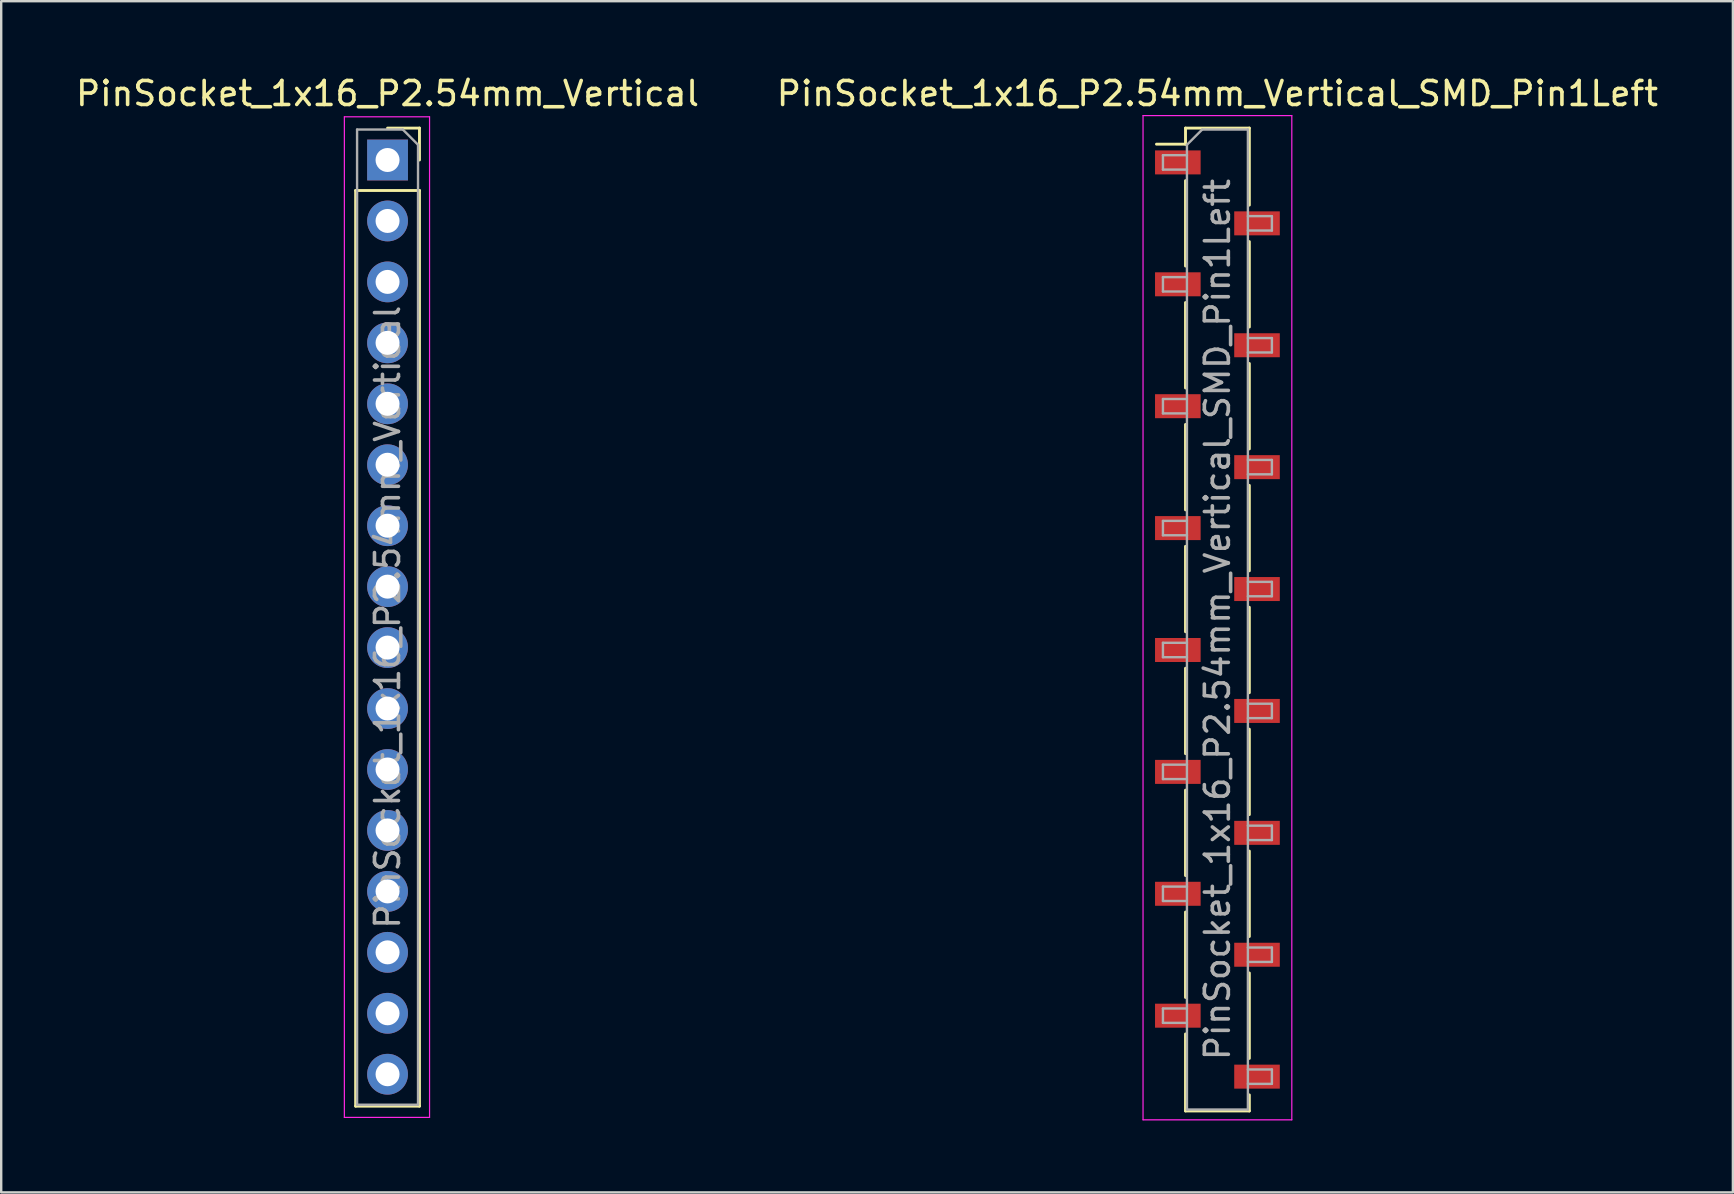
<source format=kicad_pcb>
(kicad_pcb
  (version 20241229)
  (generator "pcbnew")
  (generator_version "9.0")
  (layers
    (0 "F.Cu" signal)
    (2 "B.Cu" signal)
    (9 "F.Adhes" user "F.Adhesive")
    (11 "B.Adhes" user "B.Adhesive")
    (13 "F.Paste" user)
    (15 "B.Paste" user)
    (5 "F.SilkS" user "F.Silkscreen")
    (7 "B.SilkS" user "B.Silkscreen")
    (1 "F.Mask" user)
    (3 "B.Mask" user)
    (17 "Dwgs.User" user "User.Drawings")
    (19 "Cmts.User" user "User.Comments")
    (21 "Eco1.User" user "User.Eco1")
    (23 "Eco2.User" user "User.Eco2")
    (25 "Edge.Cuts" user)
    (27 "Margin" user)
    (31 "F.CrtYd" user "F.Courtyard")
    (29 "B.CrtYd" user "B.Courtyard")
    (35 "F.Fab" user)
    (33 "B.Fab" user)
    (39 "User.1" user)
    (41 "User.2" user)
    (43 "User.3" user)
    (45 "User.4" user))
  (footprint "PinSocket_1x16_P2.54mm_Vertical_SMD_Pin1Left"
    (layer "F.Cu")
    (at 47.685 22.768)
    (property "Reference" "PinSocket_1x16_P2.54mm_Vertical_SMD_Pin1Left" (at 0 -21.92 0) (layer "F.SilkS") (effects (font (size 1 1) (thickness 0.15))))
    (attr smd)
    (fp_line (start -2.54 -19.81) (end -1.33 -19.81) (stroke (width 0.12) (type solid)) (layer "F.SilkS"))
    (fp_line (start -1.33 -20.48) (end -1.33 -19.81) (stroke (width 0.12) (type solid)) (layer "F.SilkS"))
    (fp_line (start -1.33 -20.48) (end 1.33 -20.48) (stroke (width 0.12) (type solid)) (layer "F.SilkS"))
    (fp_line (start -1.33 -18.29) (end -1.33 -14.73) (stroke (width 0.12) (type solid)) (layer "F.SilkS"))
    (fp_line (start -1.33 -13.21) (end -1.33 -9.65) (stroke (width 0.12) (type solid)) (layer "F.SilkS"))
    (fp_line (start -1.33 -8.13) (end -1.33 -4.57) (stroke (width 0.12) (type solid)) (layer "F.SilkS"))
    (fp_line (start -1.33 -3.05) (end -1.33 0.51) (stroke (width 0.12) (type solid)) (layer "F.SilkS"))
    (fp_line (start -1.33 2.03) (end -1.33 5.59) (stroke (width 0.12) (type solid)) (layer "F.SilkS"))
    (fp_line (start -1.33 7.11) (end -1.33 10.67) (stroke (width 0.12) (type solid)) (layer "F.SilkS"))
    (fp_line (start -1.33 12.19) (end -1.33 15.75) (stroke (width 0.12) (type solid)) (layer "F.SilkS"))
    (fp_line (start -1.33 17.27) (end -1.33 20.48) (stroke (width 0.12) (type solid)) (layer "F.SilkS"))
    (fp_line (start -1.33 20.48) (end 1.33 20.48) (stroke (width 0.12) (type solid)) (layer "F.SilkS"))
    (fp_line (start 1.33 -20.48) (end 1.33 -17.27) (stroke (width 0.12) (type solid)) (layer "F.SilkS"))
    (fp_line (start 1.33 -15.75) (end 1.33 -12.19) (stroke (width 0.12) (type solid)) (layer "F.SilkS"))
    (fp_line (start 1.33 -10.67) (end 1.33 -7.11) (stroke (width 0.12) (type solid)) (layer "F.SilkS"))
    (fp_line (start 1.33 -5.59) (end 1.33 -2.03) (stroke (width 0.12) (type solid)) (layer "F.SilkS"))
    (fp_line (start 1.33 -0.51) (end 1.33 3.05) (stroke (width 0.12) (type solid)) (layer "F.SilkS"))
    (fp_line (start 1.33 4.57) (end 1.33 8.13) (stroke (width 0.12) (type solid)) (layer "F.SilkS"))
    (fp_line (start 1.33 9.65) (end 1.33 13.21) (stroke (width 0.12) (type solid)) (layer "F.SilkS"))
    (fp_line (start 1.33 14.73) (end 1.33 18.29) (stroke (width 0.12) (type solid)) (layer "F.SilkS"))
    (fp_line (start 1.33 19.81) (end 1.33 20.48) (stroke (width 0.12) (type solid)) (layer "F.SilkS"))
    (fp_line (start -3.1 -21) (end 3.1 -21) (stroke (width 0.05) (type solid)) (layer "F.CrtYd"))
    (fp_line (start -3.1 20.85) (end -3.1 -21) (stroke (width 0.05) (type solid)) (layer "F.CrtYd"))
    (fp_line (start 3.1 -21) (end 3.1 20.85) (stroke (width 0.05) (type solid)) (layer "F.CrtYd"))
    (fp_line (start 3.1 20.85) (end -3.1 20.85) (stroke (width 0.05) (type solid)) (layer "F.CrtYd"))
    (fp_line (start -2.27 -19.35) (end -1.27 -19.35) (stroke (width 0.1) (type solid)) (layer "F.Fab"))
    (fp_line (start -2.27 -18.75) (end -2.27 -19.35) (stroke (width 0.1) (type solid)) (layer "F.Fab"))
    (fp_line (start -2.27 -14.27) (end -1.27 -14.27) (stroke (width 0.1) (type solid)) (layer "F.Fab"))
    (fp_line (start -2.27 -13.67) (end -2.27 -14.27) (stroke (width 0.1) (type solid)) (layer "F.Fab"))
    (fp_line (start -2.27 -9.19) (end -1.27 -9.19) (stroke (width 0.1) (type solid)) (layer "F.Fab"))
    (fp_line (start -2.27 -8.59) (end -2.27 -9.19) (stroke (width 0.1) (type solid)) (layer "F.Fab"))
    (fp_line (start -2.27 -4.11) (end -1.27 -4.11) (stroke (width 0.1) (type solid)) (layer "F.Fab"))
    (fp_line (start -2.27 -3.51) (end -2.27 -4.11) (stroke (width 0.1) (type solid)) (layer "F.Fab"))
    (fp_line (start -2.27 0.97) (end -1.27 0.97) (stroke (width 0.1) (type solid)) (layer "F.Fab"))
    (fp_line (start -2.27 1.57) (end -2.27 0.97) (stroke (width 0.1) (type solid)) (layer "F.Fab"))
    (fp_line (start -2.27 6.05) (end -1.27 6.05) (stroke (width 0.1) (type solid)) (layer "F.Fab"))
    (fp_line (start -2.27 6.65) (end -2.27 6.05) (stroke (width 0.1) (type solid)) (layer "F.Fab"))
    (fp_line (start -2.27 11.13) (end -1.27 11.13) (stroke (width 0.1) (type solid)) (layer "F.Fab"))
    (fp_line (start -2.27 11.73) (end -2.27 11.13) (stroke (width 0.1) (type solid)) (layer "F.Fab"))
    (fp_line (start -2.27 16.21) (end -1.27 16.21) (stroke (width 0.1) (type solid)) (layer "F.Fab"))
    (fp_line (start -2.27 16.81) (end -2.27 16.21) (stroke (width 0.1) (type solid)) (layer "F.Fab"))
    (fp_line (start -1.27 -19.785) (end -0.635 -20.42) (stroke (width 0.1) (type solid)) (layer "F.Fab"))
    (fp_line (start -1.27 -18.75) (end -2.27 -18.75) (stroke (width 0.1) (type solid)) (layer "F.Fab"))
    (fp_line (start -1.27 -13.67) (end -2.27 -13.67) (stroke (width 0.1) (type solid)) (layer "F.Fab"))
    (fp_line (start -1.27 -8.59) (end -2.27 -8.59) (stroke (width 0.1) (type solid)) (layer "F.Fab"))
    (fp_line (start -1.27 -3.51) (end -2.27 -3.51) (stroke (width 0.1) (type solid)) (layer "F.Fab"))
    (fp_line (start -1.27 1.57) (end -2.27 1.57) (stroke (width 0.1) (type solid)) (layer "F.Fab"))
    (fp_line (start -1.27 6.65) (end -2.27 6.65) (stroke (width 0.1) (type solid)) (layer "F.Fab"))
    (fp_line (start -1.27 11.73) (end -2.27 11.73) (stroke (width 0.1) (type solid)) (layer "F.Fab"))
    (fp_line (start -1.27 16.81) (end -2.27 16.81) (stroke (width 0.1) (type solid)) (layer "F.Fab"))
    (fp_line (start -1.27 20.42) (end -1.27 -19.785) (stroke (width 0.1) (type solid)) (layer "F.Fab"))
    (fp_line (start -0.635 -20.42) (end 1.27 -20.42) (stroke (width 0.1) (type solid)) (layer "F.Fab"))
    (fp_line (start 1.27 -20.42) (end 1.27 20.42) (stroke (width 0.1) (type solid)) (layer "F.Fab"))
    (fp_line (start 1.27 -16.81) (end 2.27 -16.81) (stroke (width 0.1) (type solid)) (layer "F.Fab"))
    (fp_line (start 1.27 -11.73) (end 2.27 -11.73) (stroke (width 0.1) (type solid)) (layer "F.Fab"))
    (fp_line (start 1.27 -6.65) (end 2.27 -6.65) (stroke (width 0.1) (type solid)) (layer "F.Fab"))
    (fp_line (start 1.27 -1.57) (end 2.27 -1.57) (stroke (width 0.1) (type solid)) (layer "F.Fab"))
    (fp_line (start 1.27 3.51) (end 2.27 3.51) (stroke (width 0.1) (type solid)) (layer "F.Fab"))
    (fp_line (start 1.27 8.59) (end 2.27 8.59) (stroke (width 0.1) (type solid)) (layer "F.Fab"))
    (fp_line (start 1.27 13.67) (end 2.27 13.67) (stroke (width 0.1) (type solid)) (layer "F.Fab"))
    (fp_line (start 1.27 18.75) (end 2.27 18.75) (stroke (width 0.1) (type solid)) (layer "F.Fab"))
    (fp_line (start 1.27 20.42) (end -1.27 20.42) (stroke (width 0.1) (type solid)) (layer "F.Fab"))
    (fp_line (start 2.27 -16.81) (end 2.27 -16.21) (stroke (width 0.1) (type solid)) (layer "F.Fab"))
    (fp_line (start 2.27 -16.21) (end 1.27 -16.21) (stroke (width 0.1) (type solid)) (layer "F.Fab"))
    (fp_line (start 2.27 -11.73) (end 2.27 -11.13) (stroke (width 0.1) (type solid)) (layer "F.Fab"))
    (fp_line (start 2.27 -11.13) (end 1.27 -11.13) (stroke (width 0.1) (type solid)) (layer "F.Fab"))
    (fp_line (start 2.27 -6.65) (end 2.27 -6.05) (stroke (width 0.1) (type solid)) (layer "F.Fab"))
    (fp_line (start 2.27 -6.05) (end 1.27 -6.05) (stroke (width 0.1) (type solid)) (layer "F.Fab"))
    (fp_line (start 2.27 -1.57) (end 2.27 -0.97) (stroke (width 0.1) (type solid)) (layer "F.Fab"))
    (fp_line (start 2.27 -0.97) (end 1.27 -0.97) (stroke (width 0.1) (type solid)) (layer "F.Fab"))
    (fp_line (start 2.27 3.51) (end 2.27 4.11) (stroke (width 0.1) (type solid)) (layer "F.Fab"))
    (fp_line (start 2.27 4.11) (end 1.27 4.11) (stroke (width 0.1) (type solid)) (layer "F.Fab"))
    (fp_line (start 2.27 8.59) (end 2.27 9.19) (stroke (width 0.1) (type solid)) (layer "F.Fab"))
    (fp_line (start 2.27 9.19) (end 1.27 9.19) (stroke (width 0.1) (type solid)) (layer "F.Fab"))
    (fp_line (start 2.27 13.67) (end 2.27 14.27) (stroke (width 0.1) (type solid)) (layer "F.Fab"))
    (fp_line (start 2.27 14.27) (end 1.27 14.27) (stroke (width 0.1) (type solid)) (layer "F.Fab"))
    (fp_line (start 2.27 18.75) (end 2.27 19.35) (stroke (width 0.1) (type solid)) (layer "F.Fab"))
    (fp_line (start 2.27 19.35) (end 1.27 19.35) (stroke (width 0.1) (type solid)) (layer "F.Fab"))
    (fp_text user "${REFERENCE}" (at 0 0 90) (layer "F.Fab") (effects (font (size 1 1) (thickness 0.15))))
    (pad "1" smd rect (at -1.65 -19.05) (size 1.9 1) (layers "F.Cu" "F.Mask" "F.Paste"))
    (pad "2" smd rect (at 1.65 -16.51) (size 1.9 1) (layers "F.Cu" "F.Mask" "F.Paste"))
    (pad "3" smd rect (at -1.65 -13.97) (size 1.9 1) (layers "F.Cu" "F.Mask" "F.Paste"))
    (pad "4" smd rect (at 1.65 -11.43) (size 1.9 1) (layers "F.Cu" "F.Mask" "F.Paste"))
    (pad "5" smd rect (at -1.65 -8.89) (size 1.9 1) (layers "F.Cu" "F.Mask" "F.Paste"))
    (pad "6" smd rect (at 1.65 -6.35) (size 1.9 1) (layers "F.Cu" "F.Mask" "F.Paste"))
    (pad "7" smd rect (at -1.65 -3.81) (size 1.9 1) (layers "F.Cu" "F.Mask" "F.Paste"))
    (pad "8" smd rect (at 1.65 -1.27) (size 1.9 1) (layers "F.Cu" "F.Mask" "F.Paste"))
    (pad "9" smd rect (at -1.65 1.27) (size 1.9 1) (layers "F.Cu" "F.Mask" "F.Paste"))
    (pad "10" smd rect (at 1.65 3.81) (size 1.9 1) (layers "F.Cu" "F.Mask" "F.Paste"))
    (pad "11" smd rect (at -1.65 6.35) (size 1.9 1) (layers "F.Cu" "F.Mask" "F.Paste"))
    (pad "12" smd rect (at 1.65 8.89) (size 1.9 1) (layers "F.Cu" "F.Mask" "F.Paste"))
    (pad "13" smd rect (at -1.65 11.43) (size 1.9 1) (layers "F.Cu" "F.Mask" "F.Paste"))
    (pad "14" smd rect (at 1.65 13.97) (size 1.9 1) (layers "F.Cu" "F.Mask" "F.Paste"))
    (pad "15" smd rect (at -1.65 16.51) (size 1.9 1) (layers "F.Cu" "F.Mask" "F.Paste"))
    (pad "16" smd rect (at 1.65 19.05) (size 1.9 1) (layers "F.Cu" "F.Mask" "F.Paste")))
  (footprint "PinSocket_1x16_P2.54mm_Vertical"
    (layer "F.Cu")
    (at 13.101 3.618)
    (property "Reference" "PinSocket_1x16_P2.54mm_Vertical" (at 0 -2.77 0) (layer "F.SilkS") (effects (font (size 1 1) (thickness 0.15))))
    (attr through_hole)
    (fp_line (start -1.33 1.27) (end -1.33 39.43) (stroke (width 0.12) (type solid)) (layer "F.SilkS"))
    (fp_line (start -1.33 1.27) (end 1.33 1.27) (stroke (width 0.12) (type solid)) (layer "F.SilkS"))
    (fp_line (start -1.33 39.43) (end 1.33 39.43) (stroke (width 0.12) (type solid)) (layer "F.SilkS"))
    (fp_line (start 0 -1.33) (end 1.33 -1.33) (stroke (width 0.12) (type solid)) (layer "F.SilkS"))
    (fp_line (start 1.33 -1.33) (end 1.33 0) (stroke (width 0.12) (type solid)) (layer "F.SilkS"))
    (fp_line (start 1.33 1.27) (end 1.33 39.43) (stroke (width 0.12) (type solid)) (layer "F.SilkS"))
    (fp_line (start -1.8 -1.8) (end 1.75 -1.8) (stroke (width 0.05) (type solid)) (layer "F.CrtYd"))
    (fp_line (start -1.8 39.9) (end -1.8 -1.8) (stroke (width 0.05) (type solid)) (layer "F.CrtYd"))
    (fp_line (start 1.75 -1.8) (end 1.75 39.9) (stroke (width 0.05) (type solid)) (layer "F.CrtYd"))
    (fp_line (start 1.75 39.9) (end -1.8 39.9) (stroke (width 0.05) (type solid)) (layer "F.CrtYd"))
    (fp_line (start -1.27 -1.27) (end 0.635 -1.27) (stroke (width 0.1) (type solid)) (layer "F.Fab"))
    (fp_line (start -1.27 39.37) (end -1.27 -1.27) (stroke (width 0.1) (type solid)) (layer "F.Fab"))
    (fp_line (start 0.635 -1.27) (end 1.27 -0.635) (stroke (width 0.1) (type solid)) (layer "F.Fab"))
    (fp_line (start 1.27 -0.635) (end 1.27 39.37) (stroke (width 0.1) (type solid)) (layer "F.Fab"))
    (fp_line (start 1.27 39.37) (end -1.27 39.37) (stroke (width 0.1) (type solid)) (layer "F.Fab"))
    (fp_text user "${REFERENCE}" (at 0 19.05 90) (layer "F.Fab") (effects (font (size 1 1) (thickness 0.15))))
    (pad "1" thru_hole rect (at 0 0) (size 1.7 1.7) (drill 1) (layers "*.Cu" "*.Mask"))
    (pad "2" thru_hole circle (at 0 2.54) (size 1.7 1.7) (drill 1) (layers "*.Cu" "*.Mask"))
    (pad "3" thru_hole circle (at 0 5.08) (size 1.7 1.7) (drill 1) (layers "*.Cu" "*.Mask"))
    (pad "4" thru_hole circle (at 0 7.62) (size 1.7 1.7) (drill 1) (layers "*.Cu" "*.Mask"))
    (pad "5" thru_hole circle (at 0 10.16) (size 1.7 1.7) (drill 1) (layers "*.Cu" "*.Mask"))
    (pad "6" thru_hole circle (at 0 12.7) (size 1.7 1.7) (drill 1) (layers "*.Cu" "*.Mask"))
    (pad "7" thru_hole circle (at 0 15.24) (size 1.7 1.7) (drill 1) (layers "*.Cu" "*.Mask"))
    (pad "8" thru_hole circle (at 0 17.78) (size 1.7 1.7) (drill 1) (layers "*.Cu" "*.Mask"))
    (pad "9" thru_hole circle (at 0 20.32) (size 1.7 1.7) (drill 1) (layers "*.Cu" "*.Mask"))
    (pad "10" thru_hole circle (at 0 22.86) (size 1.7 1.7) (drill 1) (layers "*.Cu" "*.Mask"))
    (pad "11" thru_hole circle (at 0 25.4) (size 1.7 1.7) (drill 1) (layers "*.Cu" "*.Mask"))
    (pad "12" thru_hole circle (at 0 27.94) (size 1.7 1.7) (drill 1) (layers "*.Cu" "*.Mask"))
    (pad "13" thru_hole circle (at 0 30.48) (size 1.7 1.7) (drill 1) (layers "*.Cu" "*.Mask"))
    (pad "14" thru_hole circle (at 0 33.02) (size 1.7 1.7) (drill 1) (layers "*.Cu" "*.Mask"))
    (pad "15" thru_hole circle (at 0 35.56) (size 1.7 1.7) (drill 1) (layers "*.Cu" "*.Mask"))
    (pad "16" thru_hole circle (at 0 38.1) (size 1.7 1.7) (drill 1) (layers "*.Cu" "*.Mask")))
  (gr_rect
    (start -3 -3)
    (end 69.167 46.643)
    (stroke (width 0.1) (type default))
    (fill no)
    (layer "Edge.Cuts")))
</source>
